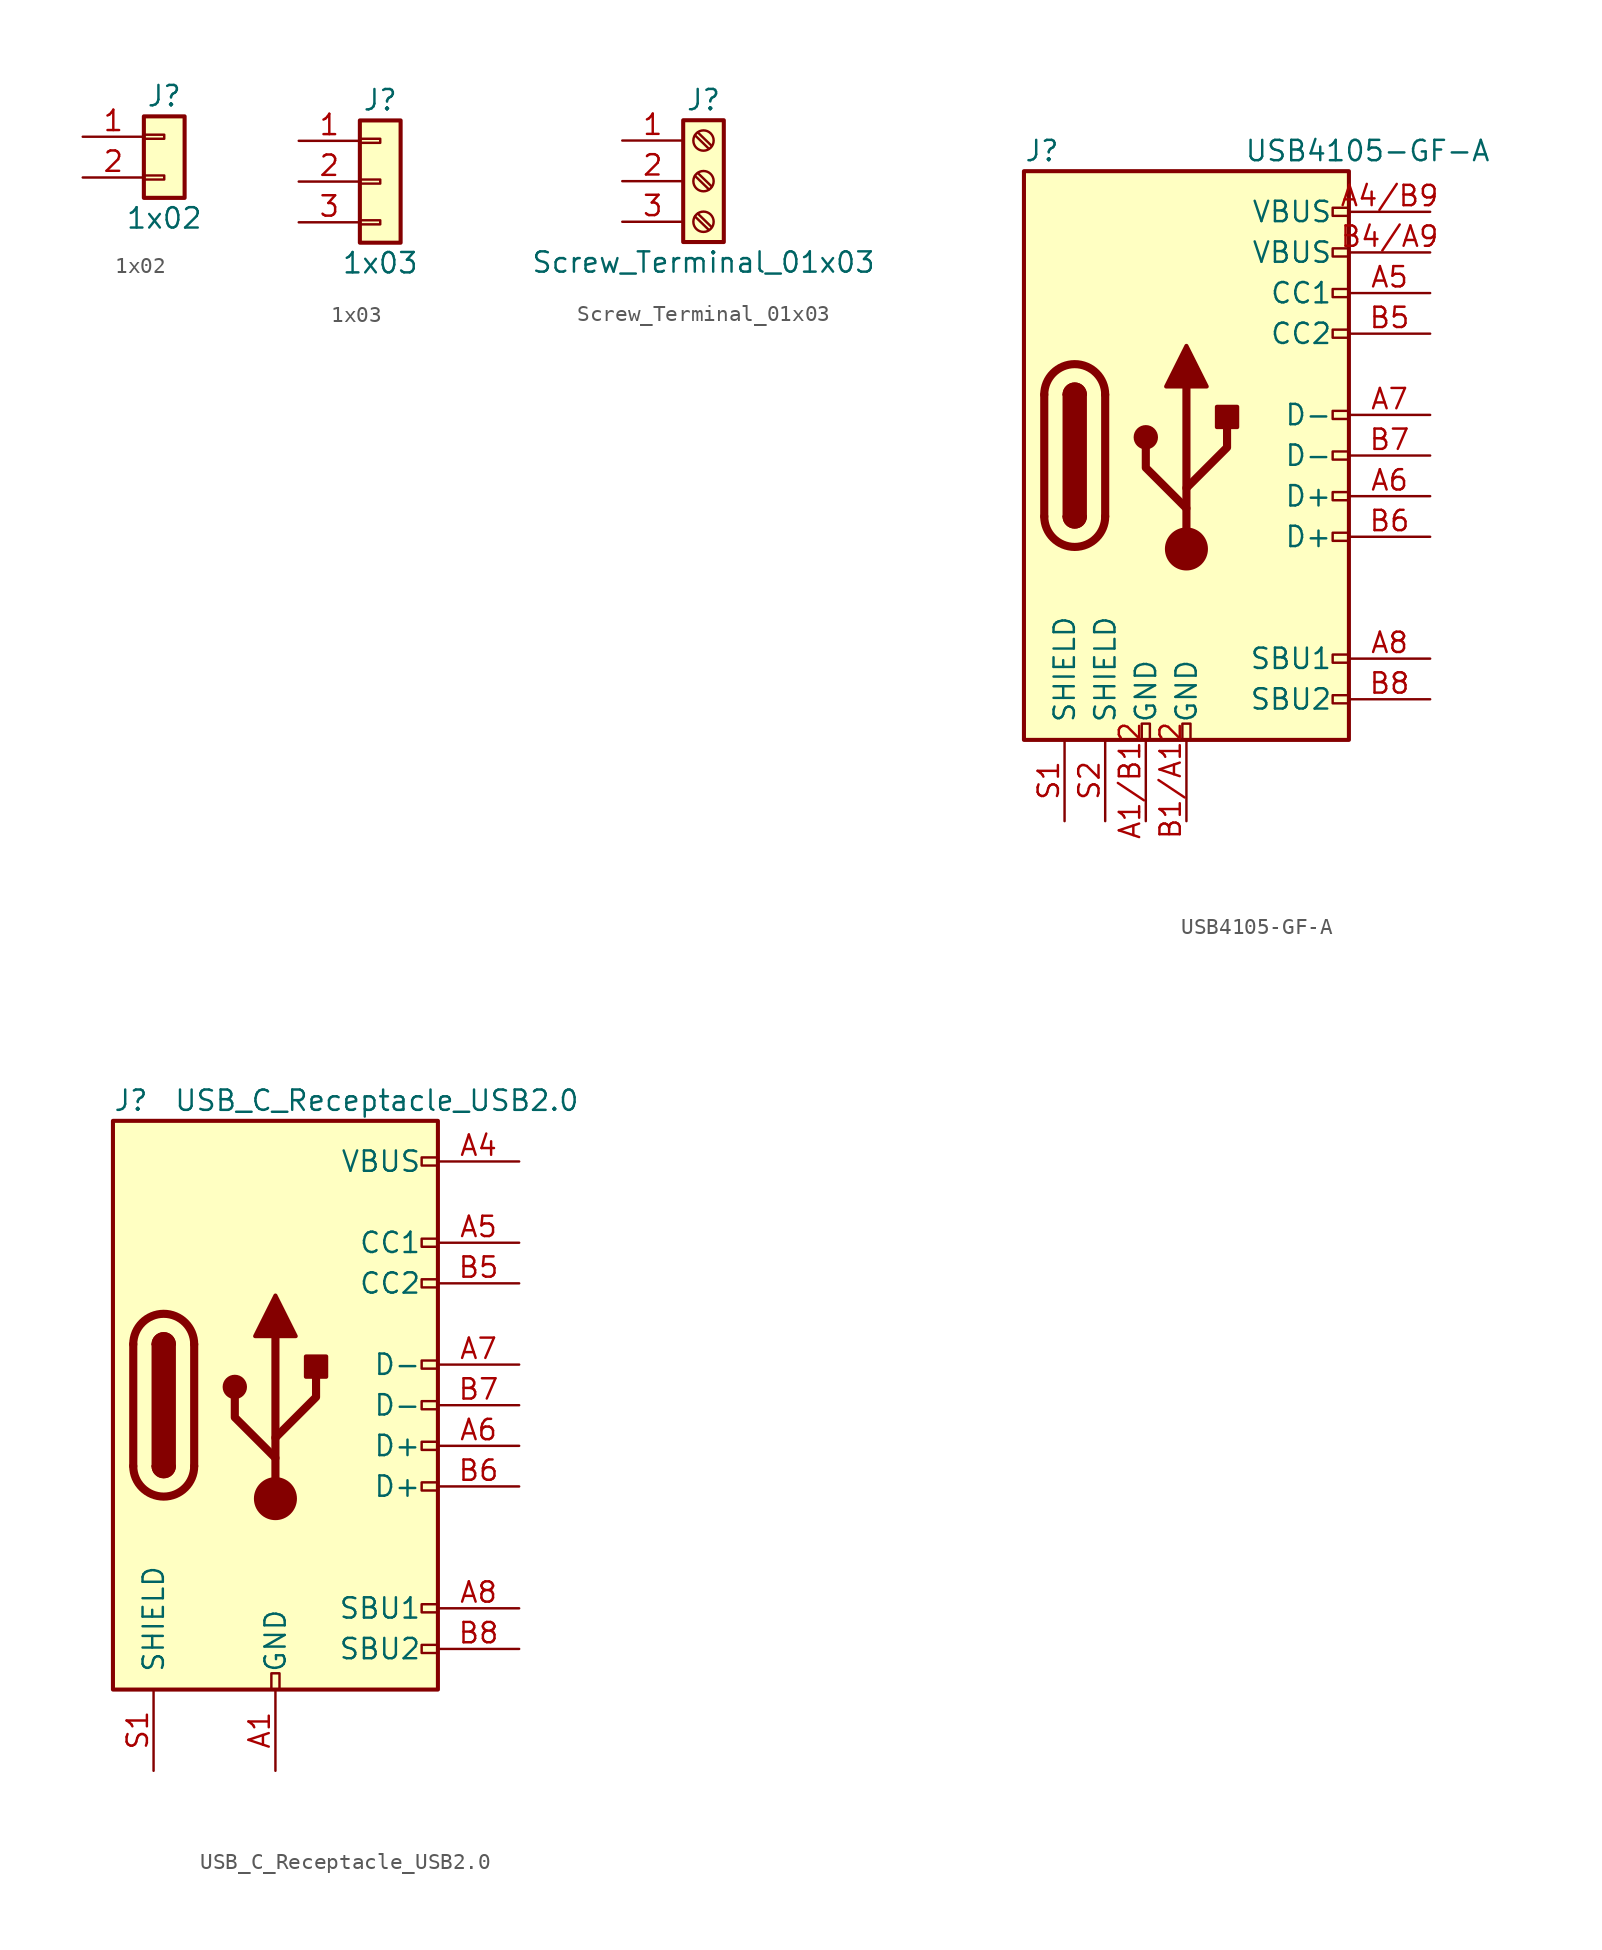
<source format=kicad_sym>
(kicad_symbol_lib
  (version 20220914)
  (generator kicad_symbol_editor)
  (symbol "1x02"
    (pin_names
      (offset 1.016) hide)
    (property "Reference" "J"
      (at 0 2.54 0)
      (effects (font (size 1.27 1.27))))
    (property "Value" "1x02"
      (at 0 -5.08 0)
      (effects (font (size 1.27 1.27))))
    (symbol "1x02_1_1"
      (rectangle (start -1.27 -2.413) (end 0 -2.667) (stroke (width 0.152) (type solid)) (fill (type none)))
      (rectangle (start -1.27 0.127) (end 0 -0.127) (stroke (width 0.152) (type solid)) (fill (type none)))
      (rectangle (start -1.27 1.27) (end 1.27 -3.81) (stroke (width 0.254) (type solid)) (fill (type background)))
      (pin passive line (at -5.08 0 0) (length 3.81) (name "Pin_1" (effects (font (size 1.27 1.27)))) (number "1" (effects (font (size 1.27 1.27)))))
      (pin passive line (at -5.08 -2.54 0) (length 3.81) (name "Pin_2" (effects (font (size 1.27 1.27)))) (number "2" (effects (font (size 1.27 1.27)))))))
  (symbol "1x03"
    (pin_names
      (offset 1.016) hide)
    (property "Reference" "J"
      (at 0 5.08 0)
      (effects (font (size 1.27 1.27))))
    (property "Value" "1x03"
      (at 0 -5.08 0)
      (effects (font (size 1.27 1.27))))
    (symbol "1x03_1_1"
      (rectangle (start -1.27 -2.413) (end 0 -2.667) (stroke (width 0.152) (type solid)) (fill (type none)))
      (rectangle (start -1.27 0.127) (end 0 -0.127) (stroke (width 0.152) (type solid)) (fill (type none)))
      (rectangle (start -1.27 2.667) (end 0 2.413) (stroke (width 0.152) (type solid)) (fill (type none)))
      (rectangle (start -1.27 3.81) (end 1.27 -3.81) (stroke (width 0.254) (type solid)) (fill (type background)))
      (pin passive line (at -5.08 2.54 0) (length 3.81) (name "Pin_1" (effects (font (size 1.27 1.27)))) (number "1" (effects (font (size 1.27 1.27)))))
      (pin passive line (at -5.08 0 0) (length 3.81) (name "Pin_2" (effects (font (size 1.27 1.27)))) (number "2" (effects (font (size 1.27 1.27)))))
      (pin passive line (at -5.08 -2.54 0) (length 3.81) (name "Pin_3" (effects (font (size 1.27 1.27)))) (number "3" (effects (font (size 1.27 1.27)))))))
  (symbol "Screw_Terminal_01x03"
    (pin_names
      (offset 1.016) hide)
    (property "Reference" "J"
      (at 0 5.08 0)
      (effects (font (size 1.27 1.27))))
    (property "Value" "Screw_Terminal_01x03"
      (at 0 -5.08 0)
      (effects (font (size 1.27 1.27))))
    (symbol "Screw_Terminal_01x03_1_1"
      (rectangle (start -1.27 3.81) (end 1.27 -3.81) (stroke (width 0.254) (type solid)) (fill (type background)))
      (circle (center 0 -2.54) (radius 0.635) (stroke (width 0.152) (type solid)) (fill (type none)))
      (polyline (pts (xy -0.533 -2.21) (xy 0.33 -3.048)) (stroke (width 0.152) (type solid)) (fill (type none)))
      (polyline (pts (xy -0.533 0.33) (xy 0.33 -0.508)) (stroke (width 0.152) (type solid)) (fill (type none)))
      (polyline (pts (xy -0.533 2.87) (xy 0.33 2.032)) (stroke (width 0.152) (type solid)) (fill (type none)))
      (polyline (pts (xy -0.356 -2.032) (xy 0.508 -2.87)) (stroke (width 0.152) (type solid)) (fill (type none)))
      (polyline (pts (xy -0.356 0.508) (xy 0.508 -0.33)) (stroke (width 0.152) (type solid)) (fill (type none)))
      (polyline (pts (xy -0.356 3.048) (xy 0.508 2.21)) (stroke (width 0.152) (type solid)) (fill (type none)))
      (circle (center 0 0) (radius 0.635) (stroke (width 0.152) (type solid)) (fill (type none)))
      (circle (center 0 2.54) (radius 0.635) (stroke (width 0.152) (type solid)) (fill (type none)))
      (pin passive line (at -5.08 2.54 0) (length 3.81) (name "Pin_1" (effects (font (size 1.27 1.27)))) (number "1" (effects (font (size 1.27 1.27)))))
      (pin passive line (at -5.08 0 0) (length 3.81) (name "Pin_2" (effects (font (size 1.27 1.27)))) (number "2" (effects (font (size 1.27 1.27)))))
      (pin passive line (at -5.08 -2.54 0) (length 3.81) (name "Pin_3" (effects (font (size 1.27 1.27)))) (number "3" (effects (font (size 1.27 1.27)))))))
  (symbol "USB4105-GF-A"
    (pin_names
      (offset 1.016))
    (property "Reference" "J"
      (at -10.16 19.05 0)
      (effects (font (size 1.27 1.27)) (justify left)))
    (property "Value" "USB4105-GF-A"
      (at 19.05 19.05 0)
      (effects (font (size 1.27 1.27)) (justify right)))
    (symbol "USB4105-GF-A_0_0"
      (rectangle (start -0.254 -17.78) (end 0.254 -16.764) (stroke (width 0) (type solid)) (fill (type none)))
      (rectangle (start 10.16 -14.986) (end 9.144 -15.494) (stroke (width 0) (type solid)) (fill (type none)))
      (rectangle (start 10.16 -12.446) (end 9.144 -12.954) (stroke (width 0) (type solid)) (fill (type none)))
      (rectangle (start 10.16 -4.826) (end 9.144 -5.334) (stroke (width 0) (type solid)) (fill (type none)))
      (rectangle (start 10.16 -2.286) (end 9.144 -2.794) (stroke (width 0) (type solid)) (fill (type none)))
      (rectangle (start 10.16 0.254) (end 9.144 -0.254) (stroke (width 0) (type solid)) (fill (type none)))
      (rectangle (start 10.16 2.794) (end 9.144 2.286) (stroke (width 0) (type solid)) (fill (type none)))
      (rectangle (start 10.16 7.874) (end 9.144 7.366) (stroke (width 0) (type solid)) (fill (type none)))
      (rectangle (start 10.16 10.414) (end 9.144 9.906) (stroke (width 0) (type solid)) (fill (type none)))
      (rectangle (start 10.16 15.494) (end 9.144 14.986) (stroke (width 0) (type solid)) (fill (type none))))
    (symbol "USB4105-GF-A_0_1"
      (rectangle (start -10.16 17.78) (end 10.16 -17.78) (stroke (width 0.254) (type solid)) (fill (type background)))
      (arc (start -8.89 -3.81) (mid -6.985 -5.7067) (end -5.08 -3.81) (stroke (width 0.508) (type solid)) (fill (type none)))
      (arc (start -7.62 -3.81) (mid -6.985 -4.4423) (end -6.35 -3.81) (stroke (width 0.254) (type solid)) (fill (type none)))
      (arc (start -7.62 -3.81) (mid -6.985 -4.4423) (end -6.35 -3.81) (stroke (width 0.254) (type solid)) (fill (type outline)))
      (rectangle (start -7.62 -3.81) (end -6.35 3.81) (stroke (width 0.254) (type solid)) (fill (type outline)))
      (arc (start -6.35 3.81) (mid -6.985 4.4423) (end -7.62 3.81) (stroke (width 0.254) (type solid)) (fill (type none)))
      (arc (start -6.35 3.81) (mid -6.985 4.4423) (end -7.62 3.81) (stroke (width 0.254) (type solid)) (fill (type outline)))
      (arc (start -5.08 3.81) (mid -6.985 5.7067) (end -8.89 3.81) (stroke (width 0.508) (type solid)) (fill (type none)))
      (circle (center -2.54 1.143) (radius 0.635) (stroke (width 0.254) (type solid)) (fill (type outline)))
      (circle (center 0 -5.842) (radius 1.27) (stroke (width 0) (type solid)) (fill (type outline)))
      (polyline (pts (xy -8.89 -3.81) (xy -8.89 3.81)) (stroke (width 0.508) (type solid)) (fill (type none)))
      (polyline (pts (xy -5.08 3.81) (xy -5.08 -3.81)) (stroke (width 0.508) (type solid)) (fill (type none)))
      (polyline (pts (xy 0 -5.842) (xy 0 4.318)) (stroke (width 0.508) (type solid)) (fill (type none)))
      (polyline (pts (xy 0 -3.302) (xy -2.54 -0.762) (xy -2.54 0.508)) (stroke (width 0.508) (type solid)) (fill (type none)))
      (polyline (pts (xy 0 -2.032) (xy 2.54 0.508) (xy 2.54 1.778)) (stroke (width 0.508) (type solid)) (fill (type none)))
      (polyline (pts (xy -1.27 4.318) (xy 0 6.858) (xy 1.27 4.318) (xy -1.27 4.318)) (stroke (width 0.254) (type solid)) (fill (type outline)))
      (rectangle (start 1.905 1.778) (end 3.175 3.048) (stroke (width 0.254) (type solid)) (fill (type outline))))
    (symbol "USB4105-GF-A_1_1"
      (rectangle (start -2.794 -17.78) (end -2.286 -16.764) (stroke (width 0) (type solid)) (fill (type none)))
      (rectangle (start 10.16 12.954) (end 9.144 12.446) (stroke (width 0) (type solid)) (fill (type none)))
      (pin passive line (at -2.54 -22.86 90) (length 5.08) (name "GND" (effects (font (size 1.27 1.27)))) (number "A1/B12" (effects (font (size 1.27 1.27)))))
      (pin passive line (at 15.24 15.24 180) (length 5.08) (name "VBUS" (effects (font (size 1.27 1.27)))) (number "A4/B9" (effects (font (size 1.27 1.27)))))
      (pin bidirectional line (at 15.24 10.16 180) (length 5.08) (name "CC1" (effects (font (size 1.27 1.27)))) (number "A5" (effects (font (size 1.27 1.27)))))
      (pin bidirectional line (at 15.24 -2.54 180) (length 5.08) (name "D+" (effects (font (size 1.27 1.27)))) (number "A6" (effects (font (size 1.27 1.27)))))
      (pin bidirectional line (at 15.24 2.54 180) (length 5.08) (name "D-" (effects (font (size 1.27 1.27)))) (number "A7" (effects (font (size 1.27 1.27)))))
      (pin bidirectional line (at 15.24 -12.7 180) (length 5.08) (name "SBU1" (effects (font (size 1.27 1.27)))) (number "A8" (effects (font (size 1.27 1.27)))))
      (pin passive line (at 0 -22.86 90) (length 5.08) (name "GND" (effects (font (size 1.27 1.27)))) (number "B1/A12" (effects (font (size 1.27 1.27)))))
      (pin passive line (at 15.24 12.7 180) (length 5.08) (name "VBUS" (effects (font (size 1.27 1.27)))) (number "B4/A9" (effects (font (size 1.27 1.27)))))
      (pin bidirectional line (at 15.24 7.62 180) (length 5.08) (name "CC2" (effects (font (size 1.27 1.27)))) (number "B5" (effects (font (size 1.27 1.27)))))
      (pin bidirectional line (at 15.24 -5.08 180) (length 5.08) (name "D+" (effects (font (size 1.27 1.27)))) (number "B6" (effects (font (size 1.27 1.27)))))
      (pin bidirectional line (at 15.24 0 180) (length 5.08) (name "D-" (effects (font (size 1.27 1.27)))) (number "B7" (effects (font (size 1.27 1.27)))))
      (pin bidirectional line (at 15.24 -15.24 180) (length 5.08) (name "SBU2" (effects (font (size 1.27 1.27)))) (number "B8" (effects (font (size 1.27 1.27)))))
      (pin passive line (at -7.62 -22.86 90) (length 5.08) (name "SHIELD" (effects (font (size 1.27 1.27)))) (number "S1" (effects (font (size 1.27 1.27)))))
      (pin passive line (at -5.08 -22.86 90) (length 5.08) (name "SHIELD" (effects (font (size 1.27 1.27)))) (number "S2" (effects (font (size 1.27 1.27)))))))
  (symbol "USB_C_Receptacle_USB2.0"
    (pin_names
      (offset 1.016))
    (property "Reference" "J"
      (at -10.16 19.05 0)
      (effects (font (size 1.27 1.27)) (justify left)))
    (property "Value" "USB_C_Receptacle_USB2.0"
      (at 19.05 19.05 0)
      (effects (font (size 1.27 1.27)) (justify right)))
    (symbol "USB_C_Receptacle_USB2.0_0_0"
      (rectangle (start -0.254 -17.78) (end 0.254 -16.764) (stroke (width 0) (type solid)) (fill (type none)))
      (rectangle (start 10.16 -14.986) (end 9.144 -15.494) (stroke (width 0) (type solid)) (fill (type none)))
      (rectangle (start 10.16 -12.446) (end 9.144 -12.954) (stroke (width 0) (type solid)) (fill (type none)))
      (rectangle (start 10.16 -4.826) (end 9.144 -5.334) (stroke (width 0) (type solid)) (fill (type none)))
      (rectangle (start 10.16 -2.286) (end 9.144 -2.794) (stroke (width 0) (type solid)) (fill (type none)))
      (rectangle (start 10.16 0.254) (end 9.144 -0.254) (stroke (width 0) (type solid)) (fill (type none)))
      (rectangle (start 10.16 2.794) (end 9.144 2.286) (stroke (width 0) (type solid)) (fill (type none)))
      (rectangle (start 10.16 7.874) (end 9.144 7.366) (stroke (width 0) (type solid)) (fill (type none)))
      (rectangle (start 10.16 10.414) (end 9.144 9.906) (stroke (width 0) (type solid)) (fill (type none)))
      (rectangle (start 10.16 15.494) (end 9.144 14.986) (stroke (width 0) (type solid)) (fill (type none))))
    (symbol "USB_C_Receptacle_USB2.0_0_1"
      (rectangle (start -10.16 17.78) (end 10.16 -17.78) (stroke (width 0.254) (type solid)) (fill (type background)))
      (arc (start -8.89 -3.81) (mid -6.985 -5.7067) (end -5.08 -3.81) (stroke (width 0.508) (type solid)) (fill (type none)))
      (arc (start -7.62 -3.81) (mid -6.985 -4.4423) (end -6.35 -3.81) (stroke (width 0.254) (type solid)) (fill (type none)))
      (arc (start -7.62 -3.81) (mid -6.985 -4.4423) (end -6.35 -3.81) (stroke (width 0.254) (type solid)) (fill (type outline)))
      (rectangle (start -7.62 -3.81) (end -6.35 3.81) (stroke (width 0.254) (type solid)) (fill (type outline)))
      (arc (start -6.35 3.81) (mid -6.985 4.4423) (end -7.62 3.81) (stroke (width 0.254) (type solid)) (fill (type none)))
      (arc (start -6.35 3.81) (mid -6.985 4.4423) (end -7.62 3.81) (stroke (width 0.254) (type solid)) (fill (type outline)))
      (arc (start -5.08 3.81) (mid -6.985 5.7067) (end -8.89 3.81) (stroke (width 0.508) (type solid)) (fill (type none)))
      (circle (center -2.54 1.143) (radius 0.635) (stroke (width 0.254) (type solid)) (fill (type outline)))
      (circle (center 0 -5.842) (radius 1.27) (stroke (width 0) (type solid)) (fill (type outline)))
      (polyline (pts (xy -8.89 -3.81) (xy -8.89 3.81)) (stroke (width 0.508) (type solid)) (fill (type none)))
      (polyline (pts (xy -5.08 3.81) (xy -5.08 -3.81)) (stroke (width 0.508) (type solid)) (fill (type none)))
      (polyline (pts (xy 0 -5.842) (xy 0 4.318)) (stroke (width 0.508) (type solid)) (fill (type none)))
      (polyline (pts (xy 0 -3.302) (xy -2.54 -0.762) (xy -2.54 0.508)) (stroke (width 0.508) (type solid)) (fill (type none)))
      (polyline (pts (xy 0 -2.032) (xy 2.54 0.508) (xy 2.54 1.778)) (stroke (width 0.508) (type solid)) (fill (type none)))
      (polyline (pts (xy -1.27 4.318) (xy 0 6.858) (xy 1.27 4.318) (xy -1.27 4.318)) (stroke (width 0.254) (type solid)) (fill (type outline)))
      (rectangle (start 1.905 1.778) (end 3.175 3.048) (stroke (width 0.254) (type solid)) (fill (type outline))))
    (symbol "USB_C_Receptacle_USB2.0_1_1"
      (pin passive line (at 0 -22.86 90) (length 5.08) (name "GND" (effects (font (size 1.27 1.27)))) (number "A1" (effects (font (size 1.27 1.27)))))
      (pin passive line (at 0 -22.86 90) (length 5.08) hide (name "GND" (effects (font (size 1.27 1.27)))) (number "A12" (effects (font (size 1.27 1.27)))))
      (pin passive line (at 15.24 15.24 180) (length 5.08) (name "VBUS" (effects (font (size 1.27 1.27)))) (number "A4" (effects (font (size 1.27 1.27)))))
      (pin bidirectional line (at 15.24 10.16 180) (length 5.08) (name "CC1" (effects (font (size 1.27 1.27)))) (number "A5" (effects (font (size 1.27 1.27)))))
      (pin bidirectional line (at 15.24 -2.54 180) (length 5.08) (name "D+" (effects (font (size 1.27 1.27)))) (number "A6" (effects (font (size 1.27 1.27)))))
      (pin bidirectional line (at 15.24 2.54 180) (length 5.08) (name "D-" (effects (font (size 1.27 1.27)))) (number "A7" (effects (font (size 1.27 1.27)))))
      (pin bidirectional line (at 15.24 -12.7 180) (length 5.08) (name "SBU1" (effects (font (size 1.27 1.27)))) (number "A8" (effects (font (size 1.27 1.27)))))
      (pin passive line (at 15.24 15.24 180) (length 5.08) hide (name "VBUS" (effects (font (size 1.27 1.27)))) (number "A9" (effects (font (size 1.27 1.27)))))
      (pin passive line (at 0 -22.86 90) (length 5.08) hide (name "GND" (effects (font (size 1.27 1.27)))) (number "B1" (effects (font (size 1.27 1.27)))))
      (pin passive line (at 0 -22.86 90) (length 5.08) hide (name "GND" (effects (font (size 1.27 1.27)))) (number "B12" (effects (font (size 1.27 1.27)))))
      (pin passive line (at 15.24 15.24 180) (length 5.08) hide (name "VBUS" (effects (font (size 1.27 1.27)))) (number "B4" (effects (font (size 1.27 1.27)))))
      (pin bidirectional line (at 15.24 7.62 180) (length 5.08) (name "CC2" (effects (font (size 1.27 1.27)))) (number "B5" (effects (font (size 1.27 1.27)))))
      (pin bidirectional line (at 15.24 -5.08 180) (length 5.08) (name "D+" (effects (font (size 1.27 1.27)))) (number "B6" (effects (font (size 1.27 1.27)))))
      (pin bidirectional line (at 15.24 0 180) (length 5.08) (name "D-" (effects (font (size 1.27 1.27)))) (number "B7" (effects (font (size 1.27 1.27)))))
      (pin bidirectional line (at 15.24 -15.24 180) (length 5.08) (name "SBU2" (effects (font (size 1.27 1.27)))) (number "B8" (effects (font (size 1.27 1.27)))))
      (pin passive line (at 15.24 15.24 180) (length 5.08) hide (name "VBUS" (effects (font (size 1.27 1.27)))) (number "B9" (effects (font (size 1.27 1.27)))))
      (pin passive line (at -7.62 -22.86 90) (length 5.08) (name "SHIELD" (effects (font (size 1.27 1.27)))) (number "S1" (effects (font (size 1.27 1.27))))))))
</source>
